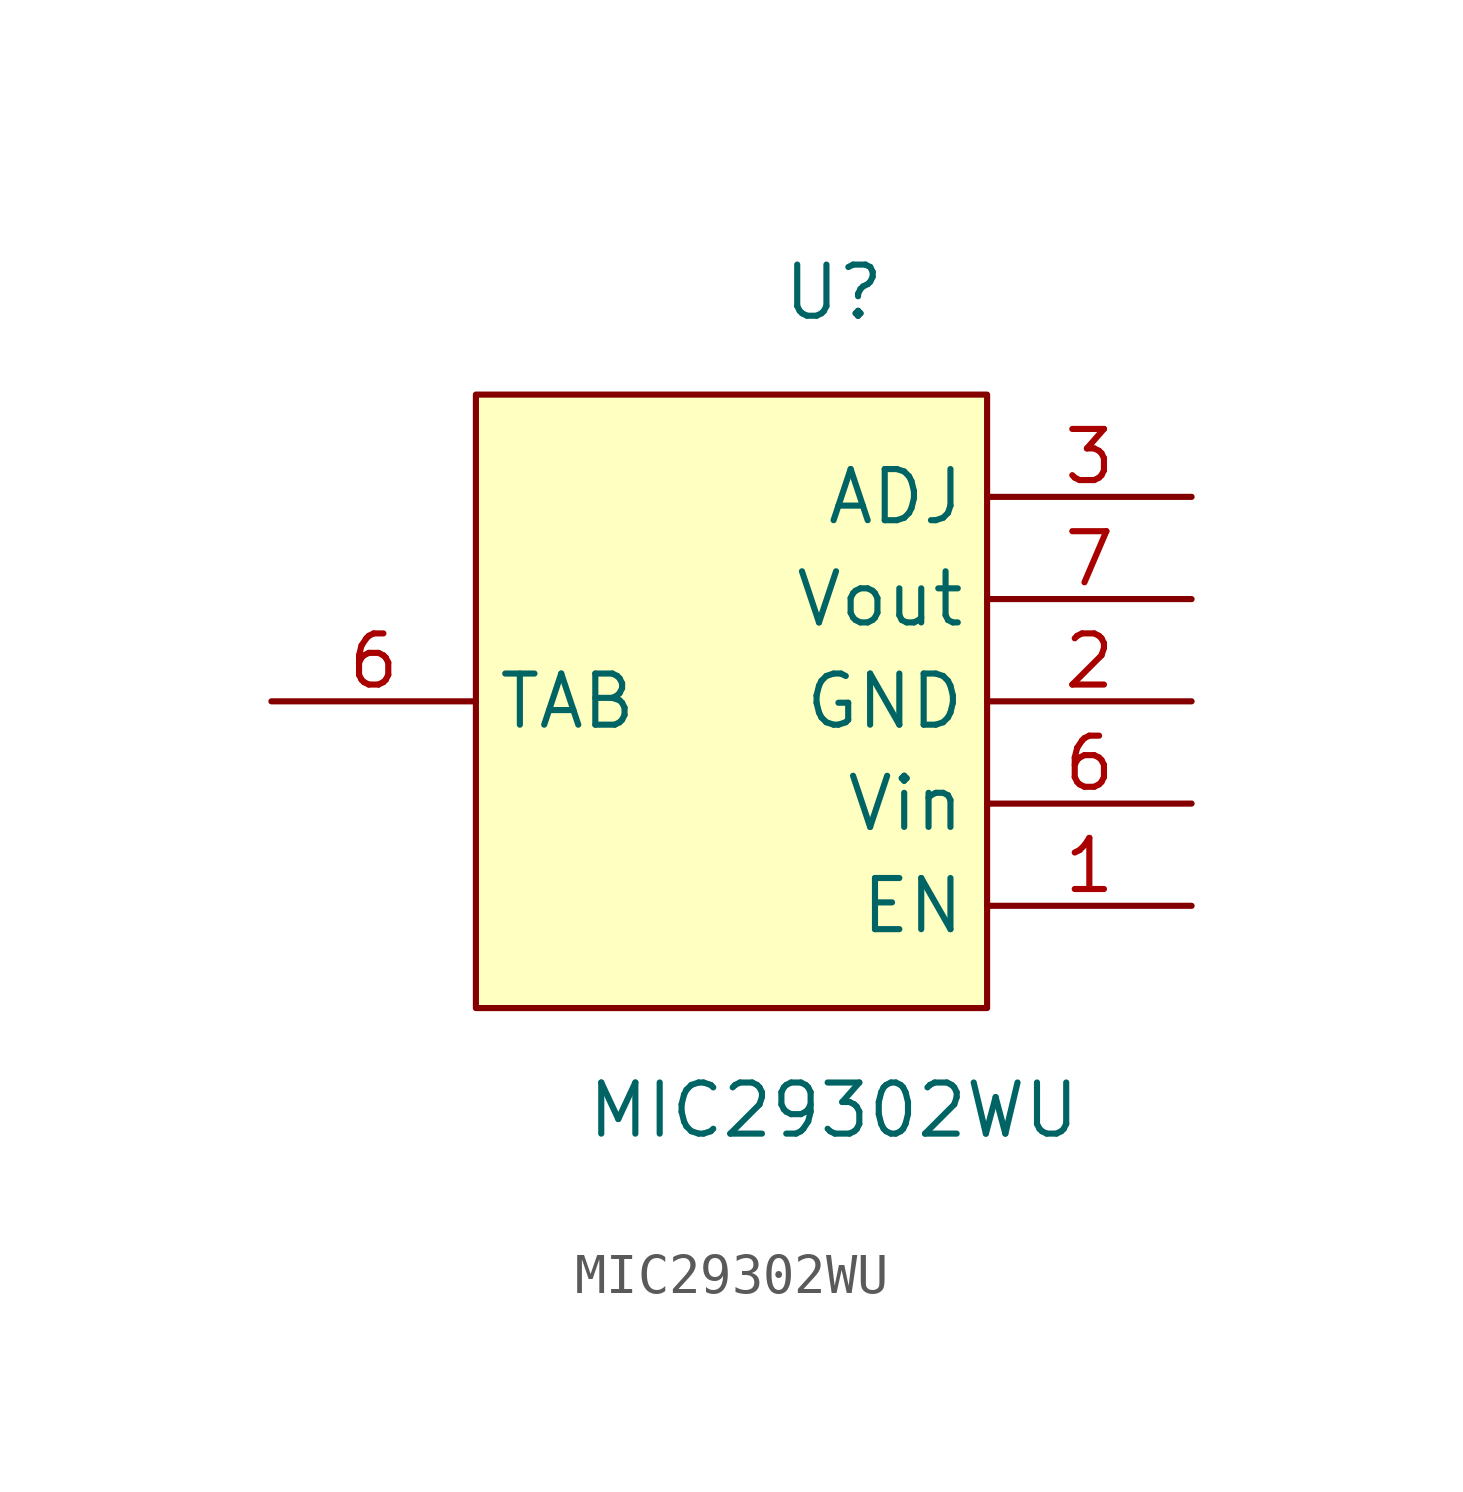
<source format=kicad_sym>
(kicad_symbol_lib
  (version 20211014)
  (generator https://github.com/uPesy/easyeda2kicad.py)
  (symbol "MIC29302WU"
    (property "Reference" "U"
      (at 0 10.16 0)
      (effects (font (size 1.27 1.27))))
    (property "Value" "MIC29302WU"
      (at 0 -10.16 0)
      (effects (font (size 1.27 1.27))))
    (symbol "MIC29302WU_0_1"
      (rectangle (start -8.89 7.62) (end 3.81 -7.62) (stroke (width 0) (type default) (color 0 0 0 0)) (fill (type background)))
      (pin unspecified line (at 8.89 -5.08 180) (length 5.08) (name "EN" (effects (font (size 1.27 1.27)))) (number "1" (effects (font (size 1.27 1.27)))))
      (pin unspecified line (at 8.89 -0.00 180) (length 5.08) (name "GND" (effects (font (size 1.27 1.27)))) (number "2" (effects (font (size 1.27 1.27)))))
      (pin unspecified line (at 8.89 5.08 180) (length 5.08) (name "ADJ" (effects (font (size 1.27 1.27)))) (number "3" (effects (font (size 1.27 1.27)))))
      (pin unspecified line (at 8.89 -2.54 180) (length 5.08) (name "Vin" (effects (font (size 1.27 1.27)))) (number "6" (effects (font (size 1.27 1.27)))))
      (pin unspecified line (at 8.89 2.54 180) (length 5.08) (name "Vout" (effects (font (size 1.27 1.27)))) (number "7" (effects (font (size 1.27 1.27)))))
      (pin unspecified line (at -13.97 -0.00 0) (length 5.08) (name "TAB" (effects (font (size 1.27 1.27)))) (number "6" (effects (font (size 1.27 1.27))))))))
</source>
